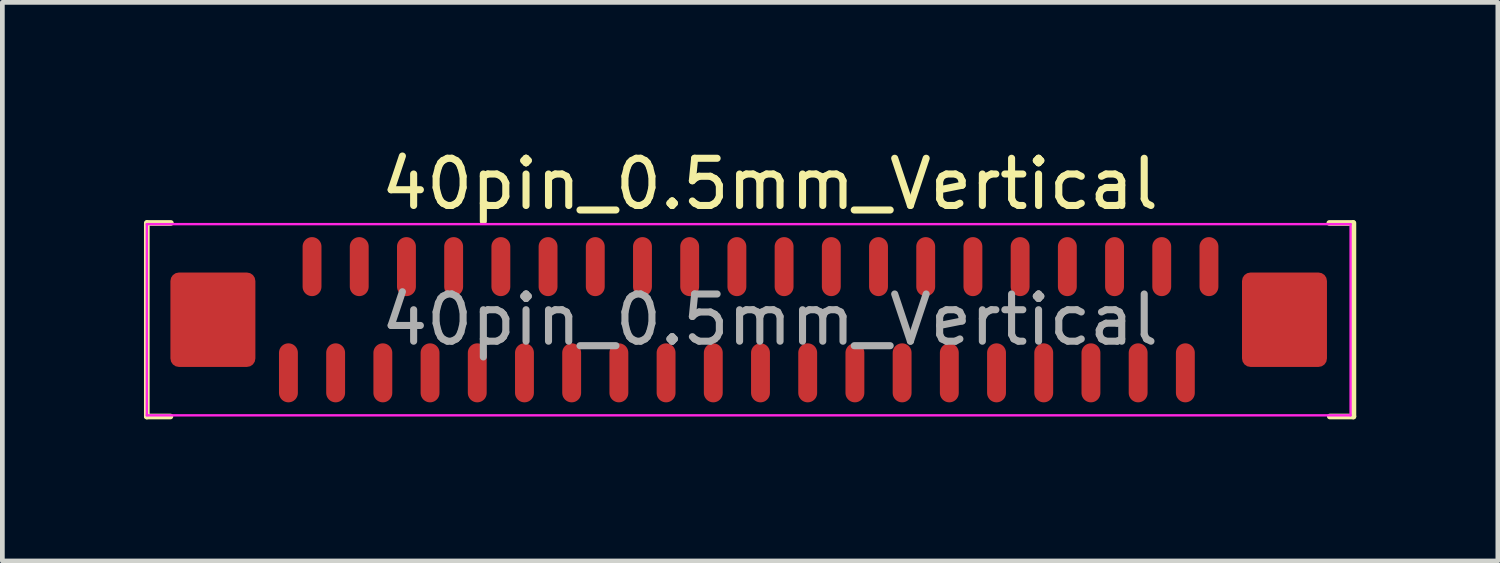
<source format=kicad_pcb>
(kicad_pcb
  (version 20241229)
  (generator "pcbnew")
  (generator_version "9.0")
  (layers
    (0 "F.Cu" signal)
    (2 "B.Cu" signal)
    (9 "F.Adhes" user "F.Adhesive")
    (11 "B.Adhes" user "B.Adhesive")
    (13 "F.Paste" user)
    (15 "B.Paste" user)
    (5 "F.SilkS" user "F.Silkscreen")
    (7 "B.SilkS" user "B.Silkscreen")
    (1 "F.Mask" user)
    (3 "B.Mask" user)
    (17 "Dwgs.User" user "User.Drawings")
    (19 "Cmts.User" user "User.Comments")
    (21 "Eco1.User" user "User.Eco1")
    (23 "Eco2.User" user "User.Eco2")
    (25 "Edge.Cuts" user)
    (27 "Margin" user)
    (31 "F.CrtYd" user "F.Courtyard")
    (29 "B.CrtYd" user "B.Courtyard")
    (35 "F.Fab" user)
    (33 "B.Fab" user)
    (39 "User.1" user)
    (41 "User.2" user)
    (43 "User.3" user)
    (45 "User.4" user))
  (footprint "40pin_0.5mm_Vertical"
    (layer "F.Cu")
    (at 13.26 3.723)
    (property "Reference" "40pin_0.5mm_Vertical" (at 0 -2.875 0) (layer "F.SilkS") (effects (font (size 1 1) (thickness 0.15))))
    (attr smd)
    (fp_line (start -13.2 -2.05) (end -13.2 2.05) (stroke (width 0.12) (type default)) (layer "F.SilkS"))
    (fp_line (start -13.2 2.05) (end -12.7 2.05) (stroke (width 0.12) (type default)) (layer "F.SilkS"))
    (fp_line (start -12.69 -2.05) (end -13.19 -2.05) (stroke (width 0.12) (type default)) (layer "F.SilkS"))
    (fp_line (start 11.85 -2.05) (end 12.35 -2.05) (stroke (width 0.12) (type default)) (layer "F.SilkS"))
    (fp_line (start 12.36 -2.05) (end 12.36 2.05) (stroke (width 0.12) (type default)) (layer "F.SilkS"))
    (fp_line (start 12.36 2.05) (end 11.86 2.05) (stroke (width 0.12) (type default)) (layer "F.SilkS"))
    (fp_line (start -13.2 -2.025) (end 12.3 -2.025) (stroke (width 0.05) (type default)) (layer "F.CrtYd"))
    (fp_line (start -13.2 2.025) (end -13.2 -2.025) (stroke (width 0.05) (type default)) (layer "F.CrtYd"))
    (fp_line (start 12.3 -2.025) (end 12.3 2.025) (stroke (width 0.05) (type default)) (layer "F.CrtYd"))
    (fp_line (start 12.3 2.025) (end -13.2 2.025) (stroke (width 0.05) (type default)) (layer "F.CrtYd"))
    (fp_text user "${REFERENCE}" (at 0 0 0) (layer "F.Fab") (effects (font (size 1 1) (thickness 0.15))))
    (pad "" smd roundrect (at -11.8 0) (size 1.8 2) (layers "F.Cu" "F.Mask" "F.Paste") (roundrect_rratio 0.1))
    (pad "" smd roundrect (at 10.9 0) (size 1.8 2) (layers "F.Cu" "F.Mask" "F.Paste") (roundrect_rratio 0.1))
    (pad "1" smd oval (at -10.2 1.125) (size 0.4 1.25) (layers "F.Cu" "F.Mask" "F.Paste"))
    (pad "2" smd oval (at -9.7 -1.125) (size 0.4 1.25) (layers "F.Cu" "F.Mask" "F.Paste"))
    (pad "3" smd oval (at -9.2 1.125) (size 0.4 1.25) (layers "F.Cu" "F.Mask" "F.Paste"))
    (pad "4" smd oval (at -8.7 -1.125) (size 0.4 1.25) (layers "F.Cu" "F.Mask" "F.Paste"))
    (pad "5" smd oval (at -8.2 1.125) (size 0.4 1.25) (layers "F.Cu" "F.Mask" "F.Paste"))
    (pad "6" smd oval (at -7.7 -1.125) (size 0.4 1.25) (layers "F.Cu" "F.Mask" "F.Paste"))
    (pad "7" smd oval (at -7.2 1.125) (size 0.4 1.25) (layers "F.Cu" "F.Mask" "F.Paste"))
    (pad "8" smd oval (at -6.7 -1.125) (size 0.4 1.25) (layers "F.Cu" "F.Mask" "F.Paste"))
    (pad "9" smd oval (at -6.2 1.125) (size 0.4 1.25) (layers "F.Cu" "F.Mask" "F.Paste"))
    (pad "10" smd oval (at -5.7 -1.125) (size 0.4 1.25) (layers "F.Cu" "F.Mask" "F.Paste"))
    (pad "11" smd oval (at -5.2 1.125) (size 0.4 1.25) (layers "F.Cu" "F.Mask" "F.Paste"))
    (pad "12" smd oval (at -4.7 -1.125) (size 0.4 1.25) (layers "F.Cu" "F.Mask" "F.Paste"))
    (pad "13" smd oval (at -4.2 1.125) (size 0.4 1.25) (layers "F.Cu" "F.Mask" "F.Paste"))
    (pad "14" smd oval (at -3.7 -1.125) (size 0.4 1.25) (layers "F.Cu" "F.Mask" "F.Paste"))
    (pad "15" smd oval (at -3.2 1.125) (size 0.4 1.25) (layers "F.Cu" "F.Mask" "F.Paste"))
    (pad "16" smd oval (at -2.7 -1.125) (size 0.4 1.25) (layers "F.Cu" "F.Mask" "F.Paste"))
    (pad "17" smd oval (at -2.2 1.125) (size 0.4 1.25) (layers "F.Cu" "F.Mask" "F.Paste"))
    (pad "18" smd oval (at -1.7 -1.125) (size 0.4 1.25) (layers "F.Cu" "F.Mask" "F.Paste"))
    (pad "19" smd oval (at -1.2 1.125) (size 0.4 1.25) (layers "F.Cu" "F.Mask" "F.Paste"))
    (pad "20" smd oval (at -0.7 -1.125) (size 0.4 1.25) (layers "F.Cu" "F.Mask" "F.Paste"))
    (pad "21" smd oval (at -0.2 1.125) (size 0.4 1.25) (layers "F.Cu" "F.Mask" "F.Paste"))
    (pad "22" smd oval (at 0.3 -1.125) (size 0.4 1.25) (layers "F.Cu" "F.Mask" "F.Paste"))
    (pad "23" smd oval (at 0.8 1.125) (size 0.4 1.25) (layers "F.Cu" "F.Mask" "F.Paste"))
    (pad "24" smd oval (at 1.3 -1.125) (size 0.4 1.25) (layers "F.Cu" "F.Mask" "F.Paste"))
    (pad "25" smd oval (at 1.8 1.125) (size 0.4 1.25) (layers "F.Cu" "F.Mask" "F.Paste"))
    (pad "26" smd oval (at 2.3 -1.125) (size 0.4 1.25) (layers "F.Cu" "F.Mask" "F.Paste"))
    (pad "27" smd oval (at 2.8 1.125) (size 0.4 1.25) (layers "F.Cu" "F.Mask" "F.Paste"))
    (pad "28" smd oval (at 3.3 -1.125) (size 0.4 1.25) (layers "F.Cu" "F.Mask" "F.Paste"))
    (pad "29" smd oval (at 3.8 1.125) (size 0.4 1.25) (layers "F.Cu" "F.Mask" "F.Paste"))
    (pad "30" smd oval (at 4.3 -1.125) (size 0.4 1.25) (layers "F.Cu" "F.Mask" "F.Paste"))
    (pad "31" smd oval (at 4.8 1.125) (size 0.4 1.25) (layers "F.Cu" "F.Mask" "F.Paste"))
    (pad "32" smd oval (at 5.3 -1.125) (size 0.4 1.25) (layers "F.Cu" "F.Mask" "F.Paste"))
    (pad "33" smd oval (at 5.8 1.125) (size 0.4 1.25) (layers "F.Cu" "F.Mask" "F.Paste"))
    (pad "34" smd oval (at 6.3 -1.125) (size 0.4 1.25) (layers "F.Cu" "F.Mask" "F.Paste"))
    (pad "35" smd oval (at 6.8 1.125) (size 0.4 1.25) (layers "F.Cu" "F.Mask" "F.Paste"))
    (pad "36" smd oval (at 7.3 -1.125) (size 0.4 1.25) (layers "F.Cu" "F.Mask" "F.Paste"))
    (pad "37" smd oval (at 7.8 1.125) (size 0.4 1.25) (layers "F.Cu" "F.Mask" "F.Paste"))
    (pad "38" smd oval (at 8.3 -1.125) (size 0.4 1.25) (layers "F.Cu" "F.Mask" "F.Paste"))
    (pad "39" smd oval (at 8.8 1.125) (size 0.4 1.25) (layers "F.Cu" "F.Mask" "F.Paste"))
    (pad "40" smd oval (at 9.3 -1.125) (size 0.4 1.25) (layers "F.Cu" "F.Mask" "F.Paste")))
  (gr_rect
    (start -3 -3)
    (end 28.68 8.833)
    (stroke (width 0.1) (type default))
    (fill no)
    (layer "Edge.Cuts")))
</source>
